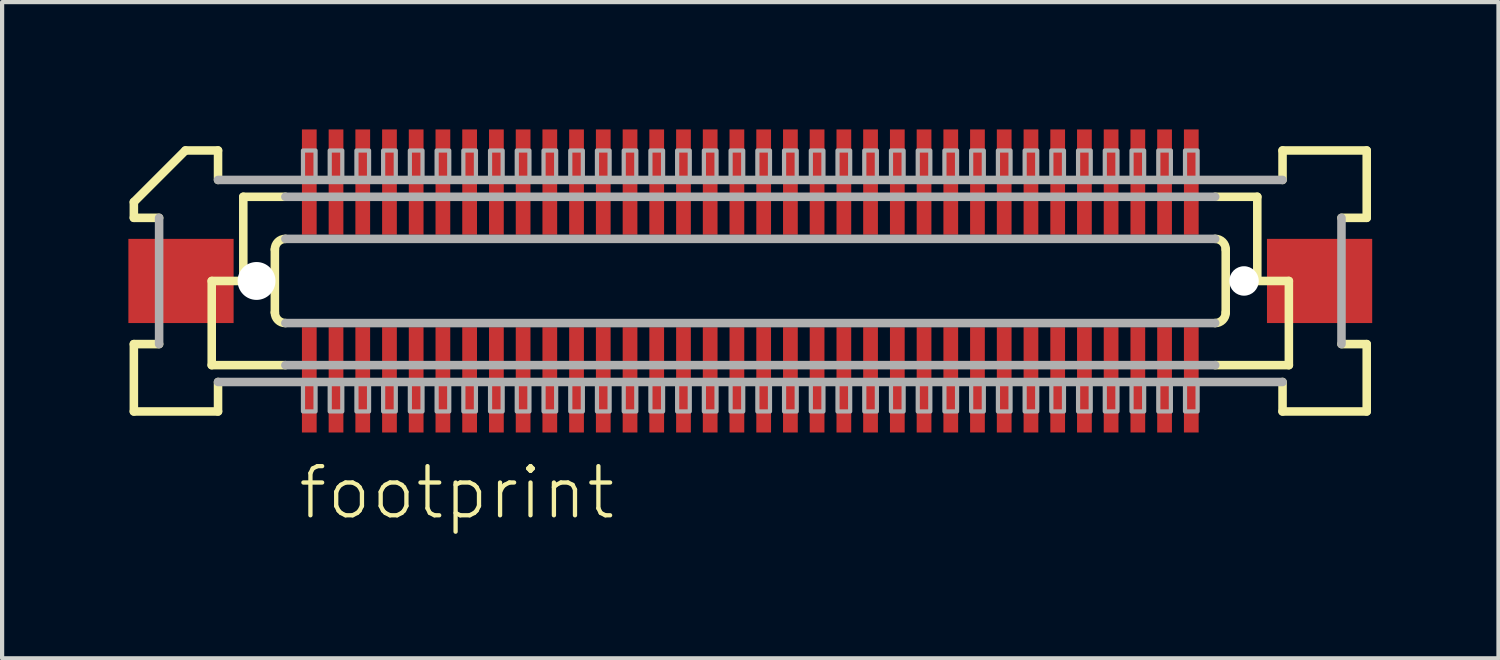
<source format=kicad_pcb>
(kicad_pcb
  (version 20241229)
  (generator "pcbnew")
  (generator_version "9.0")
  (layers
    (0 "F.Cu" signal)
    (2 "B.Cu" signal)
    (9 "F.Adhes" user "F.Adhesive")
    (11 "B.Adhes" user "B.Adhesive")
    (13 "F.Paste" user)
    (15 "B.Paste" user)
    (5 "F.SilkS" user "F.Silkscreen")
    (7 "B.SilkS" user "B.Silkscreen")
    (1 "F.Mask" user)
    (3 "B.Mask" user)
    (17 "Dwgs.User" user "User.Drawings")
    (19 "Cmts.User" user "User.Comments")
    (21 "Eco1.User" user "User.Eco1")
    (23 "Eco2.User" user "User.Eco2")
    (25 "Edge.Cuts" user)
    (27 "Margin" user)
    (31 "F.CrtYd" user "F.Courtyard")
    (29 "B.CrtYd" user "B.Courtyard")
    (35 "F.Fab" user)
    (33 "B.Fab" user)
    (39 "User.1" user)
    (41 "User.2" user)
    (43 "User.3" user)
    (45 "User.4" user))
  (footprint "footprint"
    (layer "F.Cu")
    (at 14.775 3.625)
    (property "Reference" "footprint" (at -10.795 5.715 0) (layer "F.SilkS") (effects (font (size 1.168 1.168) (thickness 0.102)) (justify left bottom)))
    (fp_poly (pts (xy -10.678 -1.075) (xy -10.277 -1.075) (xy -10.277 -3.625) (xy -10.678 -3.625)) (stroke (width 0) (type solid)) (fill yes) (layer "F.Mask"))
    (fp_poly (pts (xy -10.277 1.075) (xy -10.678 1.075) (xy -10.678 3.625) (xy -10.277 3.625)) (stroke (width 0) (type solid)) (fill yes) (layer "F.Mask"))
    (fp_poly (pts (xy -10.043 -1.075) (xy -9.643 -1.075) (xy -9.643 -3.625) (xy -10.043 -3.625)) (stroke (width 0) (type solid)) (fill yes) (layer "F.Mask"))
    (fp_poly (pts (xy -9.643 1.075) (xy -10.043 1.075) (xy -10.043 3.625) (xy -9.643 3.625)) (stroke (width 0) (type solid)) (fill yes) (layer "F.Mask"))
    (fp_poly (pts (xy -9.408 -1.075) (xy -9.008 -1.075) (xy -9.008 -3.625) (xy -9.408 -3.625)) (stroke (width 0) (type solid)) (fill yes) (layer "F.Mask"))
    (fp_poly (pts (xy -9.008 1.075) (xy -9.408 1.075) (xy -9.408 3.625) (xy -9.008 3.625)) (stroke (width 0) (type solid)) (fill yes) (layer "F.Mask"))
    (fp_poly (pts (xy -8.773 -1.075) (xy -8.373 -1.075) (xy -8.373 -3.625) (xy -8.773 -3.625)) (stroke (width 0) (type solid)) (fill yes) (layer "F.Mask"))
    (fp_poly (pts (xy -8.373 1.075) (xy -8.773 1.075) (xy -8.773 3.625) (xy -8.373 3.625)) (stroke (width 0) (type solid)) (fill yes) (layer "F.Mask"))
    (fp_poly (pts (xy -8.137 -1.075) (xy -7.737 -1.075) (xy -7.737 -3.625) (xy -8.137 -3.625)) (stroke (width 0) (type solid)) (fill yes) (layer "F.Mask"))
    (fp_poly (pts (xy -7.737 1.075) (xy -8.137 1.075) (xy -8.137 3.625) (xy -7.737 3.625)) (stroke (width 0) (type solid)) (fill yes) (layer "F.Mask"))
    (fp_poly (pts (xy -7.503 -1.075) (xy -7.103 -1.075) (xy -7.103 -3.625) (xy -7.503 -3.625)) (stroke (width 0) (type solid)) (fill yes) (layer "F.Mask"))
    (fp_poly (pts (xy -7.103 1.075) (xy -7.503 1.075) (xy -7.503 3.625) (xy -7.103 3.625)) (stroke (width 0) (type solid)) (fill yes) (layer "F.Mask"))
    (fp_poly (pts (xy -6.867 -1.075) (xy -6.468 -1.075) (xy -6.468 -3.625) (xy -6.867 -3.625)) (stroke (width 0) (type solid)) (fill yes) (layer "F.Mask"))
    (fp_poly (pts (xy -6.468 1.075) (xy -6.867 1.075) (xy -6.867 3.625) (xy -6.468 3.625)) (stroke (width 0) (type solid)) (fill yes) (layer "F.Mask"))
    (fp_poly (pts (xy -6.232 -1.075) (xy -5.832 -1.075) (xy -5.832 -3.625) (xy -6.232 -3.625)) (stroke (width 0) (type solid)) (fill yes) (layer "F.Mask"))
    (fp_poly (pts (xy -5.832 1.075) (xy -6.232 1.075) (xy -6.232 3.625) (xy -5.832 3.625)) (stroke (width 0) (type solid)) (fill yes) (layer "F.Mask"))
    (fp_poly (pts (xy -5.598 -1.075) (xy -5.197 -1.075) (xy -5.197 -3.625) (xy -5.598 -3.625)) (stroke (width 0) (type solid)) (fill yes) (layer "F.Mask"))
    (fp_poly (pts (xy -5.197 1.075) (xy -5.598 1.075) (xy -5.598 3.625) (xy -5.197 3.625)) (stroke (width 0) (type solid)) (fill yes) (layer "F.Mask"))
    (fp_poly (pts (xy -4.963 -1.075) (xy -4.562 -1.075) (xy -4.562 -3.625) (xy -4.963 -3.625)) (stroke (width 0) (type solid)) (fill yes) (layer "F.Mask"))
    (fp_poly (pts (xy -4.562 1.075) (xy -4.963 1.075) (xy -4.963 3.625) (xy -4.562 3.625)) (stroke (width 0) (type solid)) (fill yes) (layer "F.Mask"))
    (fp_poly (pts (xy -4.327 -1.075) (xy -3.928 -1.075) (xy -3.928 -3.625) (xy -4.327 -3.625)) (stroke (width 0) (type solid)) (fill yes) (layer "F.Mask"))
    (fp_poly (pts (xy -3.928 1.075) (xy -4.327 1.075) (xy -4.327 3.625) (xy -3.928 3.625)) (stroke (width 0) (type solid)) (fill yes) (layer "F.Mask"))
    (fp_poly (pts (xy -3.692 -1.075) (xy -3.292 -1.075) (xy -3.292 -3.625) (xy -3.692 -3.625)) (stroke (width 0) (type solid)) (fill yes) (layer "F.Mask"))
    (fp_poly (pts (xy -3.292 1.075) (xy -3.692 1.075) (xy -3.692 3.625) (xy -3.292 3.625)) (stroke (width 0) (type solid)) (fill yes) (layer "F.Mask"))
    (fp_poly (pts (xy -3.058 -1.075) (xy -2.658 -1.075) (xy -2.658 -3.625) (xy -3.058 -3.625)) (stroke (width 0) (type solid)) (fill yes) (layer "F.Mask"))
    (fp_poly (pts (xy -2.658 1.075) (xy -3.058 1.075) (xy -3.058 3.625) (xy -2.658 3.625)) (stroke (width 0) (type solid)) (fill yes) (layer "F.Mask"))
    (fp_poly (pts (xy -2.422 -1.075) (xy -2.022 -1.075) (xy -2.022 -3.625) (xy -2.422 -3.625)) (stroke (width 0) (type solid)) (fill yes) (layer "F.Mask"))
    (fp_poly (pts (xy -2.022 1.075) (xy -2.422 1.075) (xy -2.422 3.625) (xy -2.022 3.625)) (stroke (width 0) (type solid)) (fill yes) (layer "F.Mask"))
    (fp_poly (pts (xy -1.788 -1.075) (xy -1.387 -1.075) (xy -1.387 -3.625) (xy -1.788 -3.625)) (stroke (width 0) (type solid)) (fill yes) (layer "F.Mask"))
    (fp_poly (pts (xy -1.387 1.075) (xy -1.788 1.075) (xy -1.788 3.625) (xy -1.387 3.625)) (stroke (width 0) (type solid)) (fill yes) (layer "F.Mask"))
    (fp_poly (pts (xy -1.153 -1.075) (xy -0.752 -1.075) (xy -0.752 -3.625) (xy -1.153 -3.625)) (stroke (width 0) (type solid)) (fill yes) (layer "F.Mask"))
    (fp_poly (pts (xy -0.752 1.075) (xy -1.153 1.075) (xy -1.153 3.625) (xy -0.752 3.625)) (stroke (width 0) (type solid)) (fill yes) (layer "F.Mask"))
    (fp_poly (pts (xy -0.517 -1.075) (xy -0.117 -1.075) (xy -0.117 -3.625) (xy -0.517 -3.625)) (stroke (width 0) (type solid)) (fill yes) (layer "F.Mask"))
    (fp_poly (pts (xy -0.117 1.075) (xy -0.517 1.075) (xy -0.517 3.625) (xy -0.117 3.625)) (stroke (width 0) (type solid)) (fill yes) (layer "F.Mask"))
    (fp_poly (pts (xy 0.117 -1.075) (xy 0.517 -1.075) (xy 0.517 -3.625) (xy 0.117 -3.625)) (stroke (width 0) (type solid)) (fill yes) (layer "F.Mask"))
    (fp_poly (pts (xy 0.517 1.075) (xy 0.117 1.075) (xy 0.117 3.625) (xy 0.517 3.625)) (stroke (width 0) (type solid)) (fill yes) (layer "F.Mask"))
    (fp_poly (pts (xy 0.752 -1.075) (xy 1.153 -1.075) (xy 1.153 -3.625) (xy 0.752 -3.625)) (stroke (width 0) (type solid)) (fill yes) (layer "F.Mask"))
    (fp_poly (pts (xy 1.153 1.075) (xy 0.752 1.075) (xy 0.752 3.625) (xy 1.153 3.625)) (stroke (width 0) (type solid)) (fill yes) (layer "F.Mask"))
    (fp_poly (pts (xy 1.387 -1.075) (xy 1.788 -1.075) (xy 1.788 -3.625) (xy 1.387 -3.625)) (stroke (width 0) (type solid)) (fill yes) (layer "F.Mask"))
    (fp_poly (pts (xy 1.788 1.075) (xy 1.387 1.075) (xy 1.387 3.625) (xy 1.788 3.625)) (stroke (width 0) (type solid)) (fill yes) (layer "F.Mask"))
    (fp_poly (pts (xy 2.022 -1.075) (xy 2.422 -1.075) (xy 2.422 -3.625) (xy 2.022 -3.625)) (stroke (width 0) (type solid)) (fill yes) (layer "F.Mask"))
    (fp_poly (pts (xy 2.422 1.075) (xy 2.022 1.075) (xy 2.022 3.625) (xy 2.422 3.625)) (stroke (width 0) (type solid)) (fill yes) (layer "F.Mask"))
    (fp_poly (pts (xy 2.658 -1.075) (xy 3.058 -1.075) (xy 3.058 -3.625) (xy 2.658 -3.625)) (stroke (width 0) (type solid)) (fill yes) (layer "F.Mask"))
    (fp_poly (pts (xy 3.058 1.075) (xy 2.658 1.075) (xy 2.658 3.625) (xy 3.058 3.625)) (stroke (width 0) (type solid)) (fill yes) (layer "F.Mask"))
    (fp_poly (pts (xy 3.292 -1.075) (xy 3.692 -1.075) (xy 3.692 -3.625) (xy 3.292 -3.625)) (stroke (width 0) (type solid)) (fill yes) (layer "F.Mask"))
    (fp_poly (pts (xy 3.692 1.075) (xy 3.292 1.075) (xy 3.292 3.625) (xy 3.692 3.625)) (stroke (width 0) (type solid)) (fill yes) (layer "F.Mask"))
    (fp_poly (pts (xy 3.928 -1.075) (xy 4.327 -1.075) (xy 4.327 -3.625) (xy 3.928 -3.625)) (stroke (width 0) (type solid)) (fill yes) (layer "F.Mask"))
    (fp_poly (pts (xy 4.327 1.075) (xy 3.928 1.075) (xy 3.928 3.625) (xy 4.327 3.625)) (stroke (width 0) (type solid)) (fill yes) (layer "F.Mask"))
    (fp_poly (pts (xy 4.562 -1.075) (xy 4.963 -1.075) (xy 4.963 -3.625) (xy 4.562 -3.625)) (stroke (width 0) (type solid)) (fill yes) (layer "F.Mask"))
    (fp_poly (pts (xy 4.963 1.075) (xy 4.562 1.075) (xy 4.562 3.625) (xy 4.963 3.625)) (stroke (width 0) (type solid)) (fill yes) (layer "F.Mask"))
    (fp_poly (pts (xy 5.197 -1.075) (xy 5.598 -1.075) (xy 5.598 -3.625) (xy 5.197 -3.625)) (stroke (width 0) (type solid)) (fill yes) (layer "F.Mask"))
    (fp_poly (pts (xy 5.598 1.075) (xy 5.197 1.075) (xy 5.197 3.625) (xy 5.598 3.625)) (stroke (width 0) (type solid)) (fill yes) (layer "F.Mask"))
    (fp_poly (pts (xy 5.832 -1.075) (xy 6.232 -1.075) (xy 6.232 -3.625) (xy 5.832 -3.625)) (stroke (width 0) (type solid)) (fill yes) (layer "F.Mask"))
    (fp_poly (pts (xy 6.232 1.075) (xy 5.832 1.075) (xy 5.832 3.625) (xy 6.232 3.625)) (stroke (width 0) (type solid)) (fill yes) (layer "F.Mask"))
    (fp_poly (pts (xy 6.468 -1.075) (xy 6.867 -1.075) (xy 6.867 -3.625) (xy 6.468 -3.625)) (stroke (width 0) (type solid)) (fill yes) (layer "F.Mask"))
    (fp_poly (pts (xy 6.867 1.075) (xy 6.468 1.075) (xy 6.468 3.625) (xy 6.867 3.625)) (stroke (width 0) (type solid)) (fill yes) (layer "F.Mask"))
    (fp_poly (pts (xy 7.103 -1.075) (xy 7.503 -1.075) (xy 7.503 -3.625) (xy 7.103 -3.625)) (stroke (width 0) (type solid)) (fill yes) (layer "F.Mask"))
    (fp_poly (pts (xy 7.503 1.075) (xy 7.103 1.075) (xy 7.103 3.625) (xy 7.503 3.625)) (stroke (width 0) (type solid)) (fill yes) (layer "F.Mask"))
    (fp_poly (pts (xy 7.737 -1.075) (xy 8.137 -1.075) (xy 8.137 -3.625) (xy 7.737 -3.625)) (stroke (width 0) (type solid)) (fill yes) (layer "F.Mask"))
    (fp_poly (pts (xy 8.137 1.075) (xy 7.737 1.075) (xy 7.737 3.625) (xy 8.137 3.625)) (stroke (width 0) (type solid)) (fill yes) (layer "F.Mask"))
    (fp_poly (pts (xy 8.373 -1.075) (xy 8.773 -1.075) (xy 8.773 -3.625) (xy 8.373 -3.625)) (stroke (width 0) (type solid)) (fill yes) (layer "F.Mask"))
    (fp_poly (pts (xy 8.773 1.075) (xy 8.373 1.075) (xy 8.373 3.625) (xy 8.773 3.625)) (stroke (width 0) (type solid)) (fill yes) (layer "F.Mask"))
    (fp_poly (pts (xy 9.008 -1.075) (xy 9.408 -1.075) (xy 9.408 -3.625) (xy 9.008 -3.625)) (stroke (width 0) (type solid)) (fill yes) (layer "F.Mask"))
    (fp_poly (pts (xy 9.408 1.075) (xy 9.008 1.075) (xy 9.008 3.625) (xy 9.408 3.625)) (stroke (width 0) (type solid)) (fill yes) (layer "F.Mask"))
    (fp_poly (pts (xy 9.643 -1.075) (xy 10.043 -1.075) (xy 10.043 -3.625) (xy 9.643 -3.625)) (stroke (width 0) (type solid)) (fill yes) (layer "F.Mask"))
    (fp_poly (pts (xy 10.043 1.075) (xy 9.643 1.075) (xy 9.643 3.625) (xy 10.043 3.625)) (stroke (width 0) (type solid)) (fill yes) (layer "F.Mask"))
    (fp_poly (pts (xy 10.277 -1.075) (xy 10.678 -1.075) (xy 10.678 -3.625) (xy 10.277 -3.625)) (stroke (width 0) (type solid)) (fill yes) (layer "F.Mask"))
    (fp_poly (pts (xy 10.678 1.075) (xy 10.277 1.075) (xy 10.277 3.625) (xy 10.678 3.625)) (stroke (width 0) (type solid)) (fill yes) (layer "F.Mask"))
    (fp_line (start -14.645 -1.5) (end -14.645 -1.875) (stroke (width 0.203) (type solid)) (layer "F.SilkS"))
    (fp_line (start -14.645 1.5) (end -14.045 1.5) (stroke (width 0.203) (type solid)) (layer "F.SilkS"))
    (fp_line (start -14.645 3.1) (end -14.645 1.5) (stroke (width 0.203) (type solid)) (layer "F.SilkS"))
    (fp_line (start -14.045 -1.5) (end -14.645 -1.5) (stroke (width 0.203) (type solid)) (layer "F.SilkS"))
    (fp_line (start -13.42 -3.1) (end -14.645 -1.875) (stroke (width 0.203) (type solid)) (layer "F.SilkS"))
    (fp_line (start -13.42 -3.1) (end -12.645 -3.1) (stroke (width 0.203) (type solid)) (layer "F.SilkS"))
    (fp_line (start -12.795 0) (end -12.795 2) (stroke (width 0.203) (type solid)) (layer "F.SilkS"))
    (fp_line (start -12.795 2) (end -11.045 2) (stroke (width 0.203) (type solid)) (layer "F.SilkS"))
    (fp_line (start -12.645 -3.1) (end -12.645 -2.4) (stroke (width 0.203) (type solid)) (layer "F.SilkS"))
    (fp_line (start -12.645 2.4) (end -12.645 3.1) (stroke (width 0.203) (type solid)) (layer "F.SilkS"))
    (fp_line (start -12.645 3.1) (end -14.645 3.1) (stroke (width 0.203) (type solid)) (layer "F.SilkS"))
    (fp_line (start -12.045 -2) (end -12.045 0) (stroke (width 0.203) (type solid)) (layer "F.SilkS"))
    (fp_line (start -12.045 0) (end -12.795 0) (stroke (width 0.203) (type solid)) (layer "F.SilkS"))
    (fp_line (start -11.295 0.75) (end -11.295 -0.75) (stroke (width 0.203) (type solid)) (layer "F.SilkS"))
    (fp_line (start -11.045 -2) (end -12.045 -2) (stroke (width 0.203) (type solid)) (layer "F.SilkS"))
    (fp_line (start 11.045 2) (end 12.795 2) (stroke (width 0.203) (type solid)) (layer "F.SilkS"))
    (fp_line (start 11.295 -0.75) (end 11.295 0.75) (stroke (width 0.203) (type solid)) (layer "F.SilkS"))
    (fp_line (start 12.045 -2) (end 11.045 -2) (stroke (width 0.203) (type solid)) (layer "F.SilkS"))
    (fp_line (start 12.045 -2) (end 12.045 0) (stroke (width 0.203) (type solid)) (layer "F.SilkS"))
    (fp_line (start 12.645 -3.1) (end 14.645 -3.1) (stroke (width 0.203) (type solid)) (layer "F.SilkS"))
    (fp_line (start 12.645 -2.4) (end 12.645 -3.1) (stroke (width 0.203) (type solid)) (layer "F.SilkS"))
    (fp_line (start 12.645 3.1) (end 12.645 2.4) (stroke (width 0.203) (type solid)) (layer "F.SilkS"))
    (fp_line (start 12.795 0) (end 12.045 0) (stroke (width 0.203) (type solid)) (layer "F.SilkS"))
    (fp_line (start 12.795 0) (end 12.795 2) (stroke (width 0.203) (type solid)) (layer "F.SilkS"))
    (fp_line (start 14.045 1.5) (end 14.645 1.5) (stroke (width 0.203) (type solid)) (layer "F.SilkS"))
    (fp_line (start 14.645 -3.1) (end 14.645 -1.5) (stroke (width 0.203) (type solid)) (layer "F.SilkS"))
    (fp_line (start 14.645 -1.5) (end 14.045 -1.5) (stroke (width 0.203) (type solid)) (layer "F.SilkS"))
    (fp_line (start 14.645 1.5) (end 14.645 3.1) (stroke (width 0.203) (type solid)) (layer "F.SilkS"))
    (fp_line (start 14.645 3.1) (end 12.645 3.1) (stroke (width 0.203) (type solid)) (layer "F.SilkS"))
    (fp_arc (start -11.295 -0.75) (mid -11.221777 -0.926777) (end -11.045 -1) (stroke (width 0.2032) (type solid)) (layer "F.SilkS"))
    (fp_arc (start -11.045 1) (mid -11.221777 0.926777) (end -11.295 0.75) (stroke (width 0.2032) (type solid)) (layer "F.SilkS"))
    (fp_arc (start 11.045 -1) (mid 11.221777 -0.926777) (end 11.295 -0.75) (stroke (width 0.2032) (type solid)) (layer "F.SilkS"))
    (fp_arc (start 11.295 0.75) (mid 11.221777 0.926777) (end 11.045 1) (stroke (width 0.2032) (type solid)) (layer "F.SilkS"))
    (fp_line (start -14.045 1.5) (end -14.045 -1.5) (stroke (width 0.203) (type solid)) (layer "F.Fab"))
    (fp_line (start -12.645 -2.4) (end 12.645 -2.4) (stroke (width 0.203) (type solid)) (layer "F.Fab"))
    (fp_line (start -11.045 -1) (end 11.045 -1) (stroke (width 0.203) (type solid)) (layer "F.Fab"))
    (fp_line (start -11.045 2) (end 11.045 2) (stroke (width 0.203) (type solid)) (layer "F.Fab"))
    (fp_line (start 11.045 -2) (end -11.045 -2) (stroke (width 0.203) (type solid)) (layer "F.Fab"))
    (fp_line (start 11.045 1) (end -11.045 1) (stroke (width 0.203) (type solid)) (layer "F.Fab"))
    (fp_line (start 12.645 2.4) (end -12.645 2.4) (stroke (width 0.203) (type solid)) (layer "F.Fab"))
    (fp_line (start 14.045 -1.5) (end 14.045 1.5) (stroke (width 0.203) (type solid)) (layer "F.Fab"))
    (fp_poly (pts (xy -10.627 3.1) (xy -10.328 3.1) (xy -10.328 2.375) (xy -10.627 2.375)) (stroke (width 0.1) (type solid)) (fill no) (layer "F.Fab"))
    (fp_poly (pts (xy -10.328 -3.1) (xy -10.627 -3.1) (xy -10.627 -2.375) (xy -10.328 -2.375)) (stroke (width 0.1) (type solid)) (fill no) (layer "F.Fab"))
    (fp_poly (pts (xy -9.992 3.1) (xy -9.693 3.1) (xy -9.693 2.375) (xy -9.992 2.375)) (stroke (width 0.1) (type solid)) (fill no) (layer "F.Fab"))
    (fp_poly (pts (xy -9.693 -3.1) (xy -9.992 -3.1) (xy -9.992 -2.375) (xy -9.693 -2.375)) (stroke (width 0.1) (type solid)) (fill no) (layer "F.Fab"))
    (fp_poly (pts (xy -9.357 3.1) (xy -9.057 3.1) (xy -9.057 2.375) (xy -9.357 2.375)) (stroke (width 0.1) (type solid)) (fill no) (layer "F.Fab"))
    (fp_poly (pts (xy -9.057 -3.1) (xy -9.357 -3.1) (xy -9.357 -2.375) (xy -9.057 -2.375)) (stroke (width 0.1) (type solid)) (fill no) (layer "F.Fab"))
    (fp_poly (pts (xy -8.723 3.1) (xy -8.422 3.1) (xy -8.422 2.375) (xy -8.723 2.375)) (stroke (width 0.1) (type solid)) (fill no) (layer "F.Fab"))
    (fp_poly (pts (xy -8.422 -3.1) (xy -8.723 -3.1) (xy -8.723 -2.375) (xy -8.422 -2.375)) (stroke (width 0.1) (type solid)) (fill no) (layer "F.Fab"))
    (fp_poly (pts (xy -8.088 3.1) (xy -7.787 3.1) (xy -7.787 2.375) (xy -8.088 2.375)) (stroke (width 0.1) (type solid)) (fill no) (layer "F.Fab"))
    (fp_poly (pts (xy -7.787 -3.1) (xy -8.088 -3.1) (xy -8.088 -2.375) (xy -7.787 -2.375)) (stroke (width 0.1) (type solid)) (fill no) (layer "F.Fab"))
    (fp_poly (pts (xy -7.452 3.1) (xy -7.152 3.1) (xy -7.152 2.375) (xy -7.452 2.375)) (stroke (width 0.1) (type solid)) (fill no) (layer "F.Fab"))
    (fp_poly (pts (xy -7.152 -3.1) (xy -7.452 -3.1) (xy -7.452 -2.375) (xy -7.152 -2.375)) (stroke (width 0.1) (type solid)) (fill no) (layer "F.Fab"))
    (fp_poly (pts (xy -6.817 3.1) (xy -6.518 3.1) (xy -6.518 2.375) (xy -6.817 2.375)) (stroke (width 0.1) (type solid)) (fill no) (layer "F.Fab"))
    (fp_poly (pts (xy -6.518 -3.1) (xy -6.817 -3.1) (xy -6.817 -2.375) (xy -6.518 -2.375)) (stroke (width 0.1) (type solid)) (fill no) (layer "F.Fab"))
    (fp_poly (pts (xy -6.183 3.1) (xy -5.883 3.1) (xy -5.883 2.375) (xy -6.183 2.375)) (stroke (width 0.1) (type solid)) (fill no) (layer "F.Fab"))
    (fp_poly (pts (xy -5.883 -3.1) (xy -6.183 -3.1) (xy -6.183 -2.375) (xy -5.883 -2.375)) (stroke (width 0.1) (type solid)) (fill no) (layer "F.Fab"))
    (fp_poly (pts (xy -5.548 3.1) (xy -5.247 3.1) (xy -5.247 2.375) (xy -5.548 2.375)) (stroke (width 0.1) (type solid)) (fill no) (layer "F.Fab"))
    (fp_poly (pts (xy -5.247 -3.1) (xy -5.548 -3.1) (xy -5.548 -2.375) (xy -5.247 -2.375)) (stroke (width 0.1) (type solid)) (fill no) (layer "F.Fab"))
    (fp_poly (pts (xy -4.912 3.1) (xy -4.612 3.1) (xy -4.612 2.375) (xy -4.912 2.375)) (stroke (width 0.1) (type solid)) (fill no) (layer "F.Fab"))
    (fp_poly (pts (xy -4.612 -3.1) (xy -4.912 -3.1) (xy -4.912 -2.375) (xy -4.612 -2.375)) (stroke (width 0.1) (type solid)) (fill no) (layer "F.Fab"))
    (fp_poly (pts (xy -4.277 3.1) (xy -3.978 3.1) (xy -3.978 2.375) (xy -4.277 2.375)) (stroke (width 0.1) (type solid)) (fill no) (layer "F.Fab"))
    (fp_poly (pts (xy -3.978 -3.1) (xy -4.277 -3.1) (xy -4.277 -2.375) (xy -3.978 -2.375)) (stroke (width 0.1) (type solid)) (fill no) (layer "F.Fab"))
    (fp_poly (pts (xy -3.643 3.1) (xy -3.342 3.1) (xy -3.342 2.375) (xy -3.643 2.375)) (stroke (width 0.1) (type solid)) (fill no) (layer "F.Fab"))
    (fp_poly (pts (xy -3.342 -3.1) (xy -3.643 -3.1) (xy -3.643 -2.375) (xy -3.342 -2.375)) (stroke (width 0.1) (type solid)) (fill no) (layer "F.Fab"))
    (fp_poly (pts (xy -3.007 3.1) (xy -2.708 3.1) (xy -2.708 2.375) (xy -3.007 2.375)) (stroke (width 0.1) (type solid)) (fill no) (layer "F.Fab"))
    (fp_poly (pts (xy -2.708 -3.1) (xy -3.007 -3.1) (xy -3.007 -2.375) (xy -2.708 -2.375)) (stroke (width 0.1) (type solid)) (fill no) (layer "F.Fab"))
    (fp_poly (pts (xy -2.373 3.1) (xy -2.072 3.1) (xy -2.072 2.375) (xy -2.373 2.375)) (stroke (width 0.1) (type solid)) (fill no) (layer "F.Fab"))
    (fp_poly (pts (xy -2.072 -3.1) (xy -2.373 -3.1) (xy -2.373 -2.375) (xy -2.072 -2.375)) (stroke (width 0.1) (type solid)) (fill no) (layer "F.Fab"))
    (fp_poly (pts (xy -1.738 3.1) (xy -1.438 3.1) (xy -1.438 2.375) (xy -1.738 2.375)) (stroke (width 0.1) (type solid)) (fill no) (layer "F.Fab"))
    (fp_poly (pts (xy -1.438 -3.1) (xy -1.738 -3.1) (xy -1.738 -2.375) (xy -1.438 -2.375)) (stroke (width 0.1) (type solid)) (fill no) (layer "F.Fab"))
    (fp_poly (pts (xy -1.103 3.1) (xy -0.802 3.1) (xy -0.802 2.375) (xy -1.103 2.375)) (stroke (width 0.1) (type solid)) (fill no) (layer "F.Fab"))
    (fp_poly (pts (xy -0.802 -3.1) (xy -1.103 -3.1) (xy -1.103 -2.375) (xy -0.802 -2.375)) (stroke (width 0.1) (type solid)) (fill no) (layer "F.Fab"))
    (fp_poly (pts (xy -0.468 3.1) (xy -0.168 3.1) (xy -0.168 2.375) (xy -0.468 2.375)) (stroke (width 0.1) (type solid)) (fill no) (layer "F.Fab"))
    (fp_poly (pts (xy -0.168 -3.1) (xy -0.468 -3.1) (xy -0.468 -2.375) (xy -0.168 -2.375)) (stroke (width 0.1) (type solid)) (fill no) (layer "F.Fab"))
    (fp_poly (pts (xy 0.168 3.1) (xy 0.468 3.1) (xy 0.468 2.375) (xy 0.168 2.375)) (stroke (width 0.1) (type solid)) (fill no) (layer "F.Fab"))
    (fp_poly (pts (xy 0.468 -3.1) (xy 0.168 -3.1) (xy 0.168 -2.375) (xy 0.468 -2.375)) (stroke (width 0.1) (type solid)) (fill no) (layer "F.Fab"))
    (fp_poly (pts (xy 0.802 3.1) (xy 1.103 3.1) (xy 1.103 2.375) (xy 0.802 2.375)) (stroke (width 0.1) (type solid)) (fill no) (layer "F.Fab"))
    (fp_poly (pts (xy 1.103 -3.1) (xy 0.802 -3.1) (xy 0.802 -2.375) (xy 1.103 -2.375)) (stroke (width 0.1) (type solid)) (fill no) (layer "F.Fab"))
    (fp_poly (pts (xy 1.438 3.1) (xy 1.738 3.1) (xy 1.738 2.375) (xy 1.438 2.375)) (stroke (width 0.1) (type solid)) (fill no) (layer "F.Fab"))
    (fp_poly (pts (xy 1.738 -3.1) (xy 1.438 -3.1) (xy 1.438 -2.375) (xy 1.738 -2.375)) (stroke (width 0.1) (type solid)) (fill no) (layer "F.Fab"))
    (fp_poly (pts (xy 2.072 3.1) (xy 2.373 3.1) (xy 2.373 2.375) (xy 2.072 2.375)) (stroke (width 0.1) (type solid)) (fill no) (layer "F.Fab"))
    (fp_poly (pts (xy 2.373 -3.1) (xy 2.072 -3.1) (xy 2.072 -2.375) (xy 2.373 -2.375)) (stroke (width 0.1) (type solid)) (fill no) (layer "F.Fab"))
    (fp_poly (pts (xy 2.708 3.1) (xy 3.007 3.1) (xy 3.007 2.375) (xy 2.708 2.375)) (stroke (width 0.1) (type solid)) (fill no) (layer "F.Fab"))
    (fp_poly (pts (xy 3.007 -3.1) (xy 2.708 -3.1) (xy 2.708 -2.375) (xy 3.007 -2.375)) (stroke (width 0.1) (type solid)) (fill no) (layer "F.Fab"))
    (fp_poly (pts (xy 3.342 3.1) (xy 3.643 3.1) (xy 3.643 2.375) (xy 3.342 2.375)) (stroke (width 0.1) (type solid)) (fill no) (layer "F.Fab"))
    (fp_poly (pts (xy 3.643 -3.1) (xy 3.342 -3.1) (xy 3.342 -2.375) (xy 3.643 -2.375)) (stroke (width 0.1) (type solid)) (fill no) (layer "F.Fab"))
    (fp_poly (pts (xy 3.978 3.1) (xy 4.277 3.1) (xy 4.277 2.375) (xy 3.978 2.375)) (stroke (width 0.1) (type solid)) (fill no) (layer "F.Fab"))
    (fp_poly (pts (xy 4.277 -3.1) (xy 3.978 -3.1) (xy 3.978 -2.375) (xy 4.277 -2.375)) (stroke (width 0.1) (type solid)) (fill no) (layer "F.Fab"))
    (fp_poly (pts (xy 4.612 3.1) (xy 4.912 3.1) (xy 4.912 2.375) (xy 4.612 2.375)) (stroke (width 0.1) (type solid)) (fill no) (layer "F.Fab"))
    (fp_poly (pts (xy 4.912 -3.1) (xy 4.612 -3.1) (xy 4.612 -2.375) (xy 4.912 -2.375)) (stroke (width 0.1) (type solid)) (fill no) (layer "F.Fab"))
    (fp_poly (pts (xy 5.247 3.1) (xy 5.548 3.1) (xy 5.548 2.375) (xy 5.247 2.375)) (stroke (width 0.1) (type solid)) (fill no) (layer "F.Fab"))
    (fp_poly (pts (xy 5.548 -3.1) (xy 5.247 -3.1) (xy 5.247 -2.375) (xy 5.548 -2.375)) (stroke (width 0.1) (type solid)) (fill no) (layer "F.Fab"))
    (fp_poly (pts (xy 5.883 3.1) (xy 6.183 3.1) (xy 6.183 2.375) (xy 5.883 2.375)) (stroke (width 0.1) (type solid)) (fill no) (layer "F.Fab"))
    (fp_poly (pts (xy 6.183 -3.1) (xy 5.883 -3.1) (xy 5.883 -2.375) (xy 6.183 -2.375)) (stroke (width 0.1) (type solid)) (fill no) (layer "F.Fab"))
    (fp_poly (pts (xy 6.518 3.1) (xy 6.817 3.1) (xy 6.817 2.375) (xy 6.518 2.375)) (stroke (width 0.1) (type solid)) (fill no) (layer "F.Fab"))
    (fp_poly (pts (xy 6.817 -3.1) (xy 6.518 -3.1) (xy 6.518 -2.375) (xy 6.817 -2.375)) (stroke (width 0.1) (type solid)) (fill no) (layer "F.Fab"))
    (fp_poly (pts (xy 7.152 3.1) (xy 7.452 3.1) (xy 7.452 2.375) (xy 7.152 2.375)) (stroke (width 0.1) (type solid)) (fill no) (layer "F.Fab"))
    (fp_poly (pts (xy 7.452 -3.1) (xy 7.152 -3.1) (xy 7.152 -2.375) (xy 7.452 -2.375)) (stroke (width 0.1) (type solid)) (fill no) (layer "F.Fab"))
    (fp_poly (pts (xy 7.787 3.1) (xy 8.088 3.1) (xy 8.088 2.375) (xy 7.787 2.375)) (stroke (width 0.1) (type solid)) (fill no) (layer "F.Fab"))
    (fp_poly (pts (xy 8.088 -3.1) (xy 7.787 -3.1) (xy 7.787 -2.375) (xy 8.088 -2.375)) (stroke (width 0.1) (type solid)) (fill no) (layer "F.Fab"))
    (fp_poly (pts (xy 8.422 3.1) (xy 8.723 3.1) (xy 8.723 2.375) (xy 8.422 2.375)) (stroke (width 0.1) (type solid)) (fill no) (layer "F.Fab"))
    (fp_poly (pts (xy 8.723 -3.1) (xy 8.422 -3.1) (xy 8.422 -2.375) (xy 8.723 -2.375)) (stroke (width 0.1) (type solid)) (fill no) (layer "F.Fab"))
    (fp_poly (pts (xy 9.057 3.1) (xy 9.357 3.1) (xy 9.357 2.375) (xy 9.057 2.375)) (stroke (width 0.1) (type solid)) (fill no) (layer "F.Fab"))
    (fp_poly (pts (xy 9.357 -3.1) (xy 9.057 -3.1) (xy 9.057 -2.375) (xy 9.357 -2.375)) (stroke (width 0.1) (type solid)) (fill no) (layer "F.Fab"))
    (fp_poly (pts (xy 9.693 3.1) (xy 9.992 3.1) (xy 9.992 2.375) (xy 9.693 2.375)) (stroke (width 0.1) (type solid)) (fill no) (layer "F.Fab"))
    (fp_poly (pts (xy 9.992 -3.1) (xy 9.693 -3.1) (xy 9.693 -2.375) (xy 9.992 -2.375)) (stroke (width 0.1) (type solid)) (fill no) (layer "F.Fab"))
    (fp_poly (pts (xy 10.328 3.1) (xy 10.627 3.1) (xy 10.627 2.375) (xy 10.328 2.375)) (stroke (width 0.1) (type solid)) (fill no) (layer "F.Fab"))
    (fp_poly (pts (xy 10.627 -3.1) (xy 10.328 -3.1) (xy 10.328 -2.375) (xy 10.627 -2.375)) (stroke (width 0.1) (type solid)) (fill no) (layer "F.Fab"))
    (pad "" np_thru_hole circle (at -11.73 0) (size 0.9 0.9) (drill 0.9) (layers "*.Cu" "*.Mask"))
    (pad "" np_thru_hole circle (at 11.73 0) (size 0.7 0.7) (drill 0.7) (layers "*.Cu" "*.Mask"))
    (pad "1" smd rect (at -10.477 -2.35) (size 0.35 2.5) (layers "F.Cu" "F.Paste"))
    (pad "2" smd rect (at -10.477 2.35 180) (size 0.35 2.5) (layers "F.Cu" "F.Paste"))
    (pad "3" smd rect (at -9.842 -2.35) (size 0.35 2.5) (layers "F.Cu" "F.Paste"))
    (pad "4" smd rect (at -9.842 2.35 180) (size 0.35 2.5) (layers "F.Cu" "F.Paste"))
    (pad "5" smd rect (at -9.207 -2.35) (size 0.35 2.5) (layers "F.Cu" "F.Paste"))
    (pad "6" smd rect (at -9.207 2.35 180) (size 0.35 2.5) (layers "F.Cu" "F.Paste"))
    (pad "7" smd rect (at -8.572 -2.35) (size 0.35 2.5) (layers "F.Cu" "F.Paste"))
    (pad "8" smd rect (at -8.572 2.35 180) (size 0.35 2.5) (layers "F.Cu" "F.Paste"))
    (pad "9" smd rect (at -7.938 -2.35) (size 0.35 2.5) (layers "F.Cu" "F.Paste"))
    (pad "10" smd rect (at -7.938 2.35 180) (size 0.35 2.5) (layers "F.Cu" "F.Paste"))
    (pad "11" smd rect (at -7.303 -2.35) (size 0.35 2.5) (layers "F.Cu" "F.Paste"))
    (pad "12" smd rect (at -7.303 2.35 180) (size 0.35 2.5) (layers "F.Cu" "F.Paste"))
    (pad "13" smd rect (at -6.668 -2.35) (size 0.35 2.5) (layers "F.Cu" "F.Paste"))
    (pad "14" smd rect (at -6.668 2.35 180) (size 0.35 2.5) (layers "F.Cu" "F.Paste"))
    (pad "15" smd rect (at -6.032 -2.35) (size 0.35 2.5) (layers "F.Cu" "F.Paste"))
    (pad "16" smd rect (at -6.032 2.35 180) (size 0.35 2.5) (layers "F.Cu" "F.Paste"))
    (pad "17" smd rect (at -5.397 -2.35) (size 0.35 2.5) (layers "F.Cu" "F.Paste"))
    (pad "18" smd rect (at -5.397 2.35 180) (size 0.35 2.5) (layers "F.Cu" "F.Paste"))
    (pad "19" smd rect (at -4.763 -2.35) (size 0.35 2.5) (layers "F.Cu" "F.Paste"))
    (pad "20" smd rect (at -4.763 2.35 180) (size 0.35 2.5) (layers "F.Cu" "F.Paste"))
    (pad "21" smd rect (at -4.128 -2.35) (size 0.35 2.5) (layers "F.Cu" "F.Paste"))
    (pad "22" smd rect (at -4.128 2.35 180) (size 0.35 2.5) (layers "F.Cu" "F.Paste"))
    (pad "23" smd rect (at -3.493 -2.35) (size 0.35 2.5) (layers "F.Cu" "F.Paste"))
    (pad "24" smd rect (at -3.493 2.35 180) (size 0.35 2.5) (layers "F.Cu" "F.Paste"))
    (pad "25" smd rect (at -2.857 -2.35) (size 0.35 2.5) (layers "F.Cu" "F.Paste"))
    (pad "26" smd rect (at -2.857 2.35 180) (size 0.35 2.5) (layers "F.Cu" "F.Paste"))
    (pad "27" smd rect (at -2.223 -2.35) (size 0.35 2.5) (layers "F.Cu" "F.Paste"))
    (pad "28" smd rect (at -2.223 2.35 180) (size 0.35 2.5) (layers "F.Cu" "F.Paste"))
    (pad "29" smd rect (at -1.587 -2.35) (size 0.35 2.5) (layers "F.Cu" "F.Paste"))
    (pad "30" smd rect (at -1.587 2.35 180) (size 0.35 2.5) (layers "F.Cu" "F.Paste"))
    (pad "31" smd rect (at -0.953 -2.35) (size 0.35 2.5) (layers "F.Cu" "F.Paste"))
    (pad "32" smd rect (at -0.953 2.35 180) (size 0.35 2.5) (layers "F.Cu" "F.Paste"))
    (pad "33" smd rect (at -0.318 -2.35) (size 0.35 2.5) (layers "F.Cu" "F.Paste"))
    (pad "34" smd rect (at -0.318 2.35 180) (size 0.35 2.5) (layers "F.Cu" "F.Paste"))
    (pad "35" smd rect (at 0.318 -2.35) (size 0.35 2.5) (layers "F.Cu" "F.Paste"))
    (pad "36" smd rect (at 0.318 2.35 180) (size 0.35 2.5) (layers "F.Cu" "F.Paste"))
    (pad "37" smd rect (at 0.953 -2.35) (size 0.35 2.5) (layers "F.Cu" "F.Paste"))
    (pad "38" smd rect (at 0.953 2.35 180) (size 0.35 2.5) (layers "F.Cu" "F.Paste"))
    (pad "39" smd rect (at 1.587 -2.35) (size 0.35 2.5) (layers "F.Cu" "F.Paste"))
    (pad "40" smd rect (at 1.587 2.35 180) (size 0.35 2.5) (layers "F.Cu" "F.Paste"))
    (pad "41" smd rect (at 2.223 -2.35) (size 0.35 2.5) (layers "F.Cu" "F.Paste"))
    (pad "42" smd rect (at 2.223 2.35 180) (size 0.35 2.5) (layers "F.Cu" "F.Paste"))
    (pad "43" smd rect (at 2.857 -2.35) (size 0.35 2.5) (layers "F.Cu" "F.Paste"))
    (pad "44" smd rect (at 2.857 2.35 180) (size 0.35 2.5) (layers "F.Cu" "F.Paste"))
    (pad "45" smd rect (at 3.493 -2.35) (size 0.35 2.5) (layers "F.Cu" "F.Paste"))
    (pad "46" smd rect (at 3.493 2.35 180) (size 0.35 2.5) (layers "F.Cu" "F.Paste"))
    (pad "47" smd rect (at 4.128 -2.35) (size 0.35 2.5) (layers "F.Cu" "F.Paste"))
    (pad "48" smd rect (at 4.128 2.35 180) (size 0.35 2.5) (layers "F.Cu" "F.Paste"))
    (pad "49" smd rect (at 4.763 -2.35) (size 0.35 2.5) (layers "F.Cu" "F.Paste"))
    (pad "50" smd rect (at 4.763 2.35 180) (size 0.35 2.5) (layers "F.Cu" "F.Paste"))
    (pad "51" smd rect (at 5.397 -2.35) (size 0.35 2.5) (layers "F.Cu" "F.Paste"))
    (pad "52" smd rect (at 5.397 2.35 180) (size 0.35 2.5) (layers "F.Cu" "F.Paste"))
    (pad "53" smd rect (at 6.032 -2.35) (size 0.35 2.5) (layers "F.Cu" "F.Paste"))
    (pad "54" smd rect (at 6.032 2.35 180) (size 0.35 2.5) (layers "F.Cu" "F.Paste"))
    (pad "55" smd rect (at 6.668 -2.35) (size 0.35 2.5) (layers "F.Cu" "F.Paste"))
    (pad "56" smd rect (at 6.668 2.35 180) (size 0.35 2.5) (layers "F.Cu" "F.Paste"))
    (pad "57" smd rect (at 7.303 -2.35) (size 0.35 2.5) (layers "F.Cu" "F.Paste"))
    (pad "58" smd rect (at 7.303 2.35 180) (size 0.35 2.5) (layers "F.Cu" "F.Paste"))
    (pad "59" smd rect (at 7.938 -2.35) (size 0.35 2.5) (layers "F.Cu" "F.Paste"))
    (pad "60" smd rect (at 7.938 2.35 180) (size 0.35 2.5) (layers "F.Cu" "F.Paste"))
    (pad "61" smd rect (at 8.572 -2.35) (size 0.35 2.5) (layers "F.Cu" "F.Paste"))
    (pad "62" smd rect (at 8.572 2.35 180) (size 0.35 2.5) (layers "F.Cu" "F.Paste"))
    (pad "63" smd rect (at 9.207 -2.35) (size 0.35 2.5) (layers "F.Cu" "F.Paste"))
    (pad "64" smd rect (at 9.207 2.35 180) (size 0.35 2.5) (layers "F.Cu" "F.Paste"))
    (pad "65" smd rect (at 9.842 -2.35) (size 0.35 2.5) (layers "F.Cu" "F.Paste"))
    (pad "66" smd rect (at 9.842 2.35 180) (size 0.35 2.5) (layers "F.Cu" "F.Paste"))
    (pad "67" smd rect (at 10.477 -2.35) (size 0.35 2.5) (layers "F.Cu" "F.Paste"))
    (pad "68" smd rect (at 10.477 2.35 180) (size 0.35 2.5) (layers "F.Cu" "F.Paste"))
    (pad "M1" smd rect (at -13.525 0) (size 2.5 2) (layers "F.Cu" "F.Mask" "F.Paste"))
    (pad "M2" smd rect (at 13.525 0 180) (size 2.5 2) (layers "F.Cu" "F.Mask" "F.Paste")))
  (gr_rect
    (start -3 -3)
    (end 32.55 12.59)
    (stroke (width 0.1) (type default))
    (fill no)
    (layer "Edge.Cuts")))
</source>
